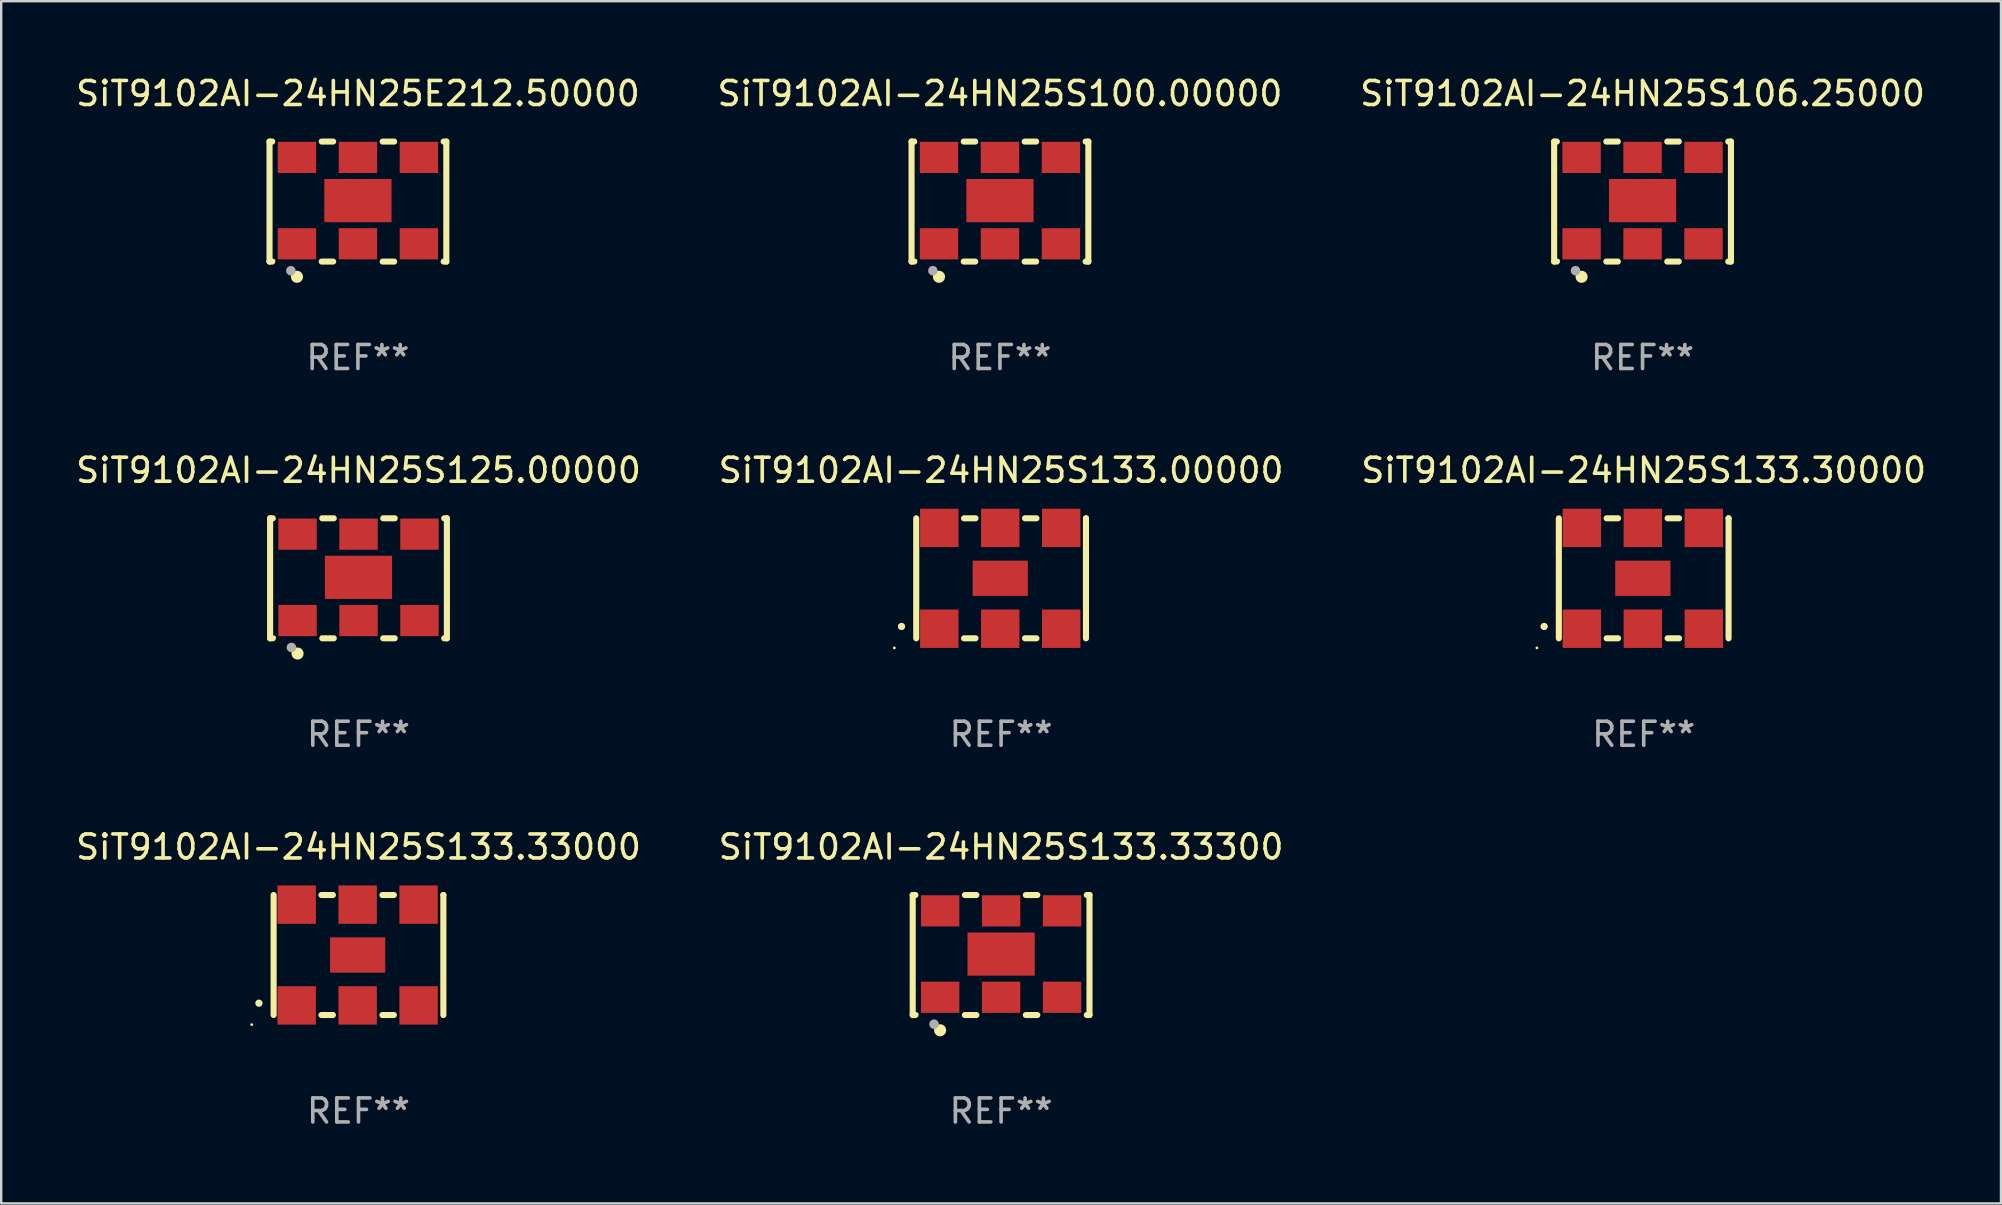
<source format=kicad_pcb>
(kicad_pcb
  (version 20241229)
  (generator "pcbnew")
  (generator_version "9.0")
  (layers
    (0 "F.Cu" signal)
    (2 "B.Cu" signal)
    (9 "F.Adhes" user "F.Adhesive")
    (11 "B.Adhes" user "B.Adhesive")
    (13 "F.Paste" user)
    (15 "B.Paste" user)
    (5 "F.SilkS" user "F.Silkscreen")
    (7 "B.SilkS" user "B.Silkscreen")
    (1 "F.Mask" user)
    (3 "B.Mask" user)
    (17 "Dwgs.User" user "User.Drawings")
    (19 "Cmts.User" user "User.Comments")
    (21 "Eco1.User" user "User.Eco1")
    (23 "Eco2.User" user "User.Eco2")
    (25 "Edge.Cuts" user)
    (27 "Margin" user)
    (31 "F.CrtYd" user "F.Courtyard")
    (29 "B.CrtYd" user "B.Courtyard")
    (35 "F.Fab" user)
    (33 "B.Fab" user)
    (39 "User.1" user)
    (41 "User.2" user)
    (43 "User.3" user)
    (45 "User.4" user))
  (footprint "SiT9102AI-24HN25S133.33300"
    (layer "F.Cu")
    (at 38.661 36.741)
    (property "Reference" "SiT9102AI-24HN25S133.33300" (at 0 -4.5 0) (layer "F.SilkS") (effects (font (size 1 1) (thickness 0.15))))
    (attr through_hole)
    (fp_line (start -3.683 -2.5) (end -3.571 -2.5) (stroke (width 0.254) (type solid)) (layer "F.SilkS"))
    (fp_line (start -3.683 2.5) (end -3.683 -2.5) (stroke (width 0.254) (type solid)) (layer "F.SilkS"))
    (fp_line (start -3.683 2.5) (end -3.571 2.5) (stroke (width 0.254) (type solid)) (layer "F.SilkS"))
    (fp_line (start -1.509 -2.5) (end -1.031 -2.5) (stroke (width 0.254) (type solid)) (layer "F.SilkS"))
    (fp_line (start -1.509 2.5) (end -1.031 2.5) (stroke (width 0.254) (type solid)) (layer "F.SilkS"))
    (fp_line (start 1.031 -2.5) (end 1.509 -2.5) (stroke (width 0.254) (type solid)) (layer "F.SilkS"))
    (fp_line (start 1.031 2.5) (end 1.509 2.5) (stroke (width 0.254) (type solid)) (layer "F.SilkS"))
    (fp_line (start 3.571 -2.5) (end 3.683 -2.5) (stroke (width 0.254) (type solid)) (layer "F.SilkS"))
    (fp_line (start 3.571 2.5) (end 3.683 2.5) (stroke (width 0.254) (type solid)) (layer "F.SilkS"))
    (fp_line (start 3.683 2.5) (end 3.683 -2.5) (stroke (width 0.254) (type solid)) (layer "F.SilkS"))
    (fp_circle (center -3.5 2.46) (end -3.47 2.46) (stroke (width 0.06) (type solid)) (fill no) (layer "F.SilkS"))
    (fp_circle (center -2.54 3.135) (end -2.413 3.135) (stroke (width 0.254) (type solid)) (fill no) (layer "F.SilkS"))
    (fp_circle (center -2.794 2.881) (end -2.694 2.881) (stroke (width 0.2) (type solid)) (fill no) (layer "F.Fab"))
    (fp_text user "REF**" (at 0 6.5 0) (layer "F.Fab") (effects (font (size 1 1) (thickness 0.15))))
    (pad "1" smd rect (at -2.54 1.76) (size 1.6 1.3) (layers "F.Cu" "F.Mask" "F.Paste"))
    (pad "2" smd rect (at 0 1.76) (size 1.6 1.3) (layers "F.Cu" "F.Mask" "F.Paste"))
    (pad "3" smd rect (at 2.54 1.76) (size 1.6 1.3) (layers "F.Cu" "F.Mask" "F.Paste"))
    (pad "4" smd rect (at 2.54 -1.84) (size 1.6 1.3) (layers "F.Cu" "F.Mask" "F.Paste"))
    (pad "5" smd rect (at 0 -1.84) (size 1.6 1.3) (layers "F.Cu" "F.Mask" "F.Paste"))
    (pad "6" smd rect (at -2.54 -1.84) (size 1.6 1.3) (layers "F.Cu" "F.Mask" "F.Paste"))
    (pad "7" smd rect (at 0 -0.04) (size 2.8 1.8) (layers "F.Cu" "F.Mask" "F.Paste")))
  (footprint "SiT9102AI-24HN25S133.00000"
    (layer "F.Cu")
    (at 38.661 21.045)
    (property "Reference" "SiT9102AI-24HN25S133.00000" (at 0 -4.5 0) (layer "F.SilkS") (effects (font (size 1 1) (thickness 0.15))))
    (attr through_hole)
    (fp_line (start -3.536 -2.5) (end -3.536 2.5) (stroke (width 0.254) (type solid)) (layer "F.SilkS"))
    (fp_line (start -1.544 2.5) (end -1.067 2.5) (stroke (width 0.254) (type solid)) (layer "F.SilkS"))
    (fp_line (start -1.067 -2.5) (end -1.544 -2.5) (stroke (width 0.254) (type solid)) (layer "F.SilkS"))
    (fp_line (start 0.996 2.5) (end 1.473 2.5) (stroke (width 0.254) (type solid)) (layer "F.SilkS"))
    (fp_line (start 1.473 -2.5) (end 0.996 -2.5) (stroke (width 0.254) (type solid)) (layer "F.SilkS"))
    (fp_line (start 3.536 -2.5) (end 3.536 -2.5) (stroke (width 0.254) (type solid)) (layer "F.SilkS"))
    (fp_line (start 3.536 2.5) (end 3.536 -2.5) (stroke (width 0.254) (type solid)) (layer "F.SilkS"))
    (fp_arc (start -4.150432 2.006604) (mid -4.149162 2.006599) (end -4.147892 2.006604) (stroke (width 0.3) (type solid)) (layer "F.SilkS"))
    (fp_circle (center -4.449 2.9) (end -4.419 2.9) (stroke (width 0.06) (type solid)) (fill no) (layer "F.SilkS"))
    (fp_text user "REF**" (at 0 6.5 0) (layer "F.Fab") (effects (font (size 1 1) (thickness 0.15))))
    (pad "1" smd rect (at -2.576 2.1) (size 1.6 1.6) (layers "F.Cu" "F.Mask" "F.Paste"))
    (pad "2" smd rect (at -0.036 2.1) (size 1.6 1.6) (layers "F.Cu" "F.Mask" "F.Paste"))
    (pad "3" smd rect (at 2.504 2.1) (size 1.6 1.6) (layers "F.Cu" "F.Mask" "F.Paste"))
    (pad "4" smd rect (at 2.504 -2.1) (size 1.6 1.6) (layers "F.Cu" "F.Mask" "F.Paste"))
    (pad "5" smd rect (at -0.036 -2.1) (size 1.6 1.6) (layers "F.Cu" "F.Mask" "F.Paste"))
    (pad "6" smd rect (at -2.576 -2.1) (size 1.6 1.6) (layers "F.Cu" "F.Mask" "F.Paste"))
    (pad "7" smd rect (at -0.036 0) (size 2.3 1.47) (layers "F.Cu" "F.Mask" "F.Paste")))
  (footprint "SiT9102AI-24HN25S106.25000"
    (layer "F.Cu")
    (at 65.387 5.348)
    (property "Reference" "SiT9102AI-24HN25S106.25000" (at 0 -4.5 0) (layer "F.SilkS") (effects (font (size 1 1) (thickness 0.15))))
    (attr through_hole)
    (fp_line (start -3.683 -2.5) (end -3.571 -2.5) (stroke (width 0.254) (type solid)) (layer "F.SilkS"))
    (fp_line (start -3.683 2.5) (end -3.683 -2.5) (stroke (width 0.254) (type solid)) (layer "F.SilkS"))
    (fp_line (start -3.683 2.5) (end -3.571 2.5) (stroke (width 0.254) (type solid)) (layer "F.SilkS"))
    (fp_line (start -1.509 -2.5) (end -1.031 -2.5) (stroke (width 0.254) (type solid)) (layer "F.SilkS"))
    (fp_line (start -1.509 2.5) (end -1.031 2.5) (stroke (width 0.254) (type solid)) (layer "F.SilkS"))
    (fp_line (start 1.031 -2.5) (end 1.509 -2.5) (stroke (width 0.254) (type solid)) (layer "F.SilkS"))
    (fp_line (start 1.031 2.5) (end 1.509 2.5) (stroke (width 0.254) (type solid)) (layer "F.SilkS"))
    (fp_line (start 3.571 -2.5) (end 3.683 -2.5) (stroke (width 0.254) (type solid)) (layer "F.SilkS"))
    (fp_line (start 3.571 2.5) (end 3.683 2.5) (stroke (width 0.254) (type solid)) (layer "F.SilkS"))
    (fp_line (start 3.683 2.5) (end 3.683 -2.5) (stroke (width 0.254) (type solid)) (layer "F.SilkS"))
    (fp_circle (center -3.5 2.46) (end -3.47 2.46) (stroke (width 0.06) (type solid)) (fill no) (layer "F.SilkS"))
    (fp_circle (center -2.54 3.135) (end -2.413 3.135) (stroke (width 0.254) (type solid)) (fill no) (layer "F.SilkS"))
    (fp_circle (center -2.794 2.881) (end -2.694 2.881) (stroke (width 0.2) (type solid)) (fill no) (layer "F.Fab"))
    (fp_text user "REF**" (at 0 6.5 0) (layer "F.Fab") (effects (font (size 1 1) (thickness 0.15))))
    (pad "1" smd rect (at -2.54 1.76) (size 1.6 1.3) (layers "F.Cu" "F.Mask" "F.Paste"))
    (pad "2" smd rect (at 0 1.76) (size 1.6 1.3) (layers "F.Cu" "F.Mask" "F.Paste"))
    (pad "3" smd rect (at 2.54 1.76) (size 1.6 1.3) (layers "F.Cu" "F.Mask" "F.Paste"))
    (pad "4" smd rect (at 2.54 -1.84) (size 1.6 1.3) (layers "F.Cu" "F.Mask" "F.Paste"))
    (pad "5" smd rect (at 0 -1.84) (size 1.6 1.3) (layers "F.Cu" "F.Mask" "F.Paste"))
    (pad "6" smd rect (at -2.54 -1.84) (size 1.6 1.3) (layers "F.Cu" "F.Mask" "F.Paste"))
    (pad "7" smd rect (at 0 -0.04) (size 2.8 1.8) (layers "F.Cu" "F.Mask" "F.Paste")))
  (footprint "SiT9102AI-24HN25S125.00000"
    (layer "F.Cu")
    (at 11.887 21.045)
    (property "Reference" "SiT9102AI-24HN25S125.00000" (at 0 -4.5 0) (layer "F.SilkS") (effects (font (size 1 1) (thickness 0.15))))
    (attr through_hole)
    (fp_line (start -3.683 -2.5) (end -3.571 -2.5) (stroke (width 0.254) (type solid)) (layer "F.SilkS"))
    (fp_line (start -3.683 2.5) (end -3.683 -2.5) (stroke (width 0.254) (type solid)) (layer "F.SilkS"))
    (fp_line (start -3.683 2.5) (end -3.571 2.5) (stroke (width 0.254) (type solid)) (layer "F.SilkS"))
    (fp_line (start -1.509 -2.5) (end -1.031 -2.5) (stroke (width 0.254) (type solid)) (layer "F.SilkS"))
    (fp_line (start -1.509 2.5) (end -1.031 2.5) (stroke (width 0.254) (type solid)) (layer "F.SilkS"))
    (fp_line (start 1.031 -2.5) (end 1.509 -2.5) (stroke (width 0.254) (type solid)) (layer "F.SilkS"))
    (fp_line (start 1.031 2.5) (end 1.509 2.5) (stroke (width 0.254) (type solid)) (layer "F.SilkS"))
    (fp_line (start 3.571 -2.5) (end 3.683 -2.5) (stroke (width 0.254) (type solid)) (layer "F.SilkS"))
    (fp_line (start 3.571 2.5) (end 3.683 2.5) (stroke (width 0.254) (type solid)) (layer "F.SilkS"))
    (fp_line (start 3.683 2.5) (end 3.683 -2.5) (stroke (width 0.254) (type solid)) (layer "F.SilkS"))
    (fp_circle (center -3.5 2.46) (end -3.47 2.46) (stroke (width 0.06) (type solid)) (fill no) (layer "F.SilkS"))
    (fp_circle (center -2.54 3.135) (end -2.413 3.135) (stroke (width 0.254) (type solid)) (fill no) (layer "F.SilkS"))
    (fp_circle (center -2.794 2.881) (end -2.694 2.881) (stroke (width 0.2) (type solid)) (fill no) (layer "F.Fab"))
    (fp_text user "REF**" (at 0 6.5 0) (layer "F.Fab") (effects (font (size 1 1) (thickness 0.15))))
    (pad "1" smd rect (at -2.54 1.76) (size 1.6 1.3) (layers "F.Cu" "F.Mask" "F.Paste"))
    (pad "2" smd rect (at 0 1.76) (size 1.6 1.3) (layers "F.Cu" "F.Mask" "F.Paste"))
    (pad "3" smd rect (at 2.54 1.76) (size 1.6 1.3) (layers "F.Cu" "F.Mask" "F.Paste"))
    (pad "4" smd rect (at 2.54 -1.84) (size 1.6 1.3) (layers "F.Cu" "F.Mask" "F.Paste"))
    (pad "5" smd rect (at 0 -1.84) (size 1.6 1.3) (layers "F.Cu" "F.Mask" "F.Paste"))
    (pad "6" smd rect (at -2.54 -1.84) (size 1.6 1.3) (layers "F.Cu" "F.Mask" "F.Paste"))
    (pad "7" smd rect (at 0 -0.04) (size 2.8 1.8) (layers "F.Cu" "F.Mask" "F.Paste")))
  (footprint "SiT9102AI-24HN25S133.33000"
    (layer "F.Cu")
    (at 11.887 36.741)
    (property "Reference" "SiT9102AI-24HN25S133.33000" (at 0 -4.5 0) (layer "F.SilkS") (effects (font (size 1 1) (thickness 0.15))))
    (attr through_hole)
    (fp_line (start -3.536 -2.5) (end -3.536 2.5) (stroke (width 0.254) (type solid)) (layer "F.SilkS"))
    (fp_line (start -1.544 2.5) (end -1.067 2.5) (stroke (width 0.254) (type solid)) (layer "F.SilkS"))
    (fp_line (start -1.067 -2.5) (end -1.544 -2.5) (stroke (width 0.254) (type solid)) (layer "F.SilkS"))
    (fp_line (start 0.996 2.5) (end 1.473 2.5) (stroke (width 0.254) (type solid)) (layer "F.SilkS"))
    (fp_line (start 1.473 -2.5) (end 0.996 -2.5) (stroke (width 0.254) (type solid)) (layer "F.SilkS"))
    (fp_line (start 3.536 -2.5) (end 3.536 -2.5) (stroke (width 0.254) (type solid)) (layer "F.SilkS"))
    (fp_line (start 3.536 2.5) (end 3.536 -2.5) (stroke (width 0.254) (type solid)) (layer "F.SilkS"))
    (fp_arc (start -4.150432 2.006604) (mid -4.149162 2.006599) (end -4.147892 2.006604) (stroke (width 0.3) (type solid)) (layer "F.SilkS"))
    (fp_circle (center -4.449 2.9) (end -4.419 2.9) (stroke (width 0.06) (type solid)) (fill no) (layer "F.SilkS"))
    (fp_text user "REF**" (at 0 6.5 0) (layer "F.Fab") (effects (font (size 1 1) (thickness 0.15))))
    (pad "1" smd rect (at -2.576 2.1) (size 1.6 1.6) (layers "F.Cu" "F.Mask" "F.Paste"))
    (pad "2" smd rect (at -0.036 2.1) (size 1.6 1.6) (layers "F.Cu" "F.Mask" "F.Paste"))
    (pad "3" smd rect (at 2.504 2.1) (size 1.6 1.6) (layers "F.Cu" "F.Mask" "F.Paste"))
    (pad "4" smd rect (at 2.504 -2.1) (size 1.6 1.6) (layers "F.Cu" "F.Mask" "F.Paste"))
    (pad "5" smd rect (at -0.036 -2.1) (size 1.6 1.6) (layers "F.Cu" "F.Mask" "F.Paste"))
    (pad "6" smd rect (at -2.576 -2.1) (size 1.6 1.6) (layers "F.Cu" "F.Mask" "F.Paste"))
    (pad "7" smd rect (at -0.036 0) (size 2.3 1.47) (layers "F.Cu" "F.Mask" "F.Paste")))
  (footprint "SiT9102AI-24HN25S100.00000"
    (layer "F.Cu")
    (at 38.613 5.348)
    (property "Reference" "SiT9102AI-24HN25S100.00000" (at 0 -4.5 0) (layer "F.SilkS") (effects (font (size 1 1) (thickness 0.15))))
    (attr through_hole)
    (fp_line (start -3.683 -2.5) (end -3.571 -2.5) (stroke (width 0.254) (type solid)) (layer "F.SilkS"))
    (fp_line (start -3.683 2.5) (end -3.683 -2.5) (stroke (width 0.254) (type solid)) (layer "F.SilkS"))
    (fp_line (start -3.683 2.5) (end -3.571 2.5) (stroke (width 0.254) (type solid)) (layer "F.SilkS"))
    (fp_line (start -1.509 -2.5) (end -1.031 -2.5) (stroke (width 0.254) (type solid)) (layer "F.SilkS"))
    (fp_line (start -1.509 2.5) (end -1.031 2.5) (stroke (width 0.254) (type solid)) (layer "F.SilkS"))
    (fp_line (start 1.031 -2.5) (end 1.509 -2.5) (stroke (width 0.254) (type solid)) (layer "F.SilkS"))
    (fp_line (start 1.031 2.5) (end 1.509 2.5) (stroke (width 0.254) (type solid)) (layer "F.SilkS"))
    (fp_line (start 3.571 -2.5) (end 3.683 -2.5) (stroke (width 0.254) (type solid)) (layer "F.SilkS"))
    (fp_line (start 3.571 2.5) (end 3.683 2.5) (stroke (width 0.254) (type solid)) (layer "F.SilkS"))
    (fp_line (start 3.683 2.5) (end 3.683 -2.5) (stroke (width 0.254) (type solid)) (layer "F.SilkS"))
    (fp_circle (center -3.5 2.46) (end -3.47 2.46) (stroke (width 0.06) (type solid)) (fill no) (layer "F.SilkS"))
    (fp_circle (center -2.54 3.135) (end -2.413 3.135) (stroke (width 0.254) (type solid)) (fill no) (layer "F.SilkS"))
    (fp_circle (center -2.794 2.881) (end -2.694 2.881) (stroke (width 0.2) (type solid)) (fill no) (layer "F.Fab"))
    (fp_text user "REF**" (at 0 6.5 0) (layer "F.Fab") (effects (font (size 1 1) (thickness 0.15))))
    (pad "1" smd rect (at -2.54 1.76) (size 1.6 1.3) (layers "F.Cu" "F.Mask" "F.Paste"))
    (pad "2" smd rect (at 0 1.76) (size 1.6 1.3) (layers "F.Cu" "F.Mask" "F.Paste"))
    (pad "3" smd rect (at 2.54 1.76) (size 1.6 1.3) (layers "F.Cu" "F.Mask" "F.Paste"))
    (pad "4" smd rect (at 2.54 -1.84) (size 1.6 1.3) (layers "F.Cu" "F.Mask" "F.Paste"))
    (pad "5" smd rect (at 0 -1.84) (size 1.6 1.3) (layers "F.Cu" "F.Mask" "F.Paste"))
    (pad "6" smd rect (at -2.54 -1.84) (size 1.6 1.3) (layers "F.Cu" "F.Mask" "F.Paste"))
    (pad "7" smd rect (at 0 -0.04) (size 2.8 1.8) (layers "F.Cu" "F.Mask" "F.Paste")))
  (footprint "SiT9102AI-24HN25E212.50000"
    (layer "F.Cu")
    (at 11.863 5.348)
    (property "Reference" "SiT9102AI-24HN25E212.50000" (at 0 -4.5 0) (layer "F.SilkS") (effects (font (size 1 1) (thickness 0.15))))
    (attr through_hole)
    (fp_line (start -3.683 -2.5) (end -3.571 -2.5) (stroke (width 0.254) (type solid)) (layer "F.SilkS"))
    (fp_line (start -3.683 2.5) (end -3.683 -2.5) (stroke (width 0.254) (type solid)) (layer "F.SilkS"))
    (fp_line (start -3.683 2.5) (end -3.571 2.5) (stroke (width 0.254) (type solid)) (layer "F.SilkS"))
    (fp_line (start -1.509 -2.5) (end -1.031 -2.5) (stroke (width 0.254) (type solid)) (layer "F.SilkS"))
    (fp_line (start -1.509 2.5) (end -1.031 2.5) (stroke (width 0.254) (type solid)) (layer "F.SilkS"))
    (fp_line (start 1.031 -2.5) (end 1.509 -2.5) (stroke (width 0.254) (type solid)) (layer "F.SilkS"))
    (fp_line (start 1.031 2.5) (end 1.509 2.5) (stroke (width 0.254) (type solid)) (layer "F.SilkS"))
    (fp_line (start 3.571 -2.5) (end 3.683 -2.5) (stroke (width 0.254) (type solid)) (layer "F.SilkS"))
    (fp_line (start 3.571 2.5) (end 3.683 2.5) (stroke (width 0.254) (type solid)) (layer "F.SilkS"))
    (fp_line (start 3.683 2.5) (end 3.683 -2.5) (stroke (width 0.254) (type solid)) (layer "F.SilkS"))
    (fp_circle (center -3.5 2.46) (end -3.47 2.46) (stroke (width 0.06) (type solid)) (fill no) (layer "F.SilkS"))
    (fp_circle (center -2.54 3.135) (end -2.413 3.135) (stroke (width 0.254) (type solid)) (fill no) (layer "F.SilkS"))
    (fp_circle (center -2.794 2.881) (end -2.694 2.881) (stroke (width 0.2) (type solid)) (fill no) (layer "F.Fab"))
    (fp_text user "REF**" (at 0 6.5 0) (layer "F.Fab") (effects (font (size 1 1) (thickness 0.15))))
    (pad "1" smd rect (at -2.54 1.76) (size 1.6 1.3) (layers "F.Cu" "F.Mask" "F.Paste"))
    (pad "2" smd rect (at 0 1.76) (size 1.6 1.3) (layers "F.Cu" "F.Mask" "F.Paste"))
    (pad "3" smd rect (at 2.54 1.76) (size 1.6 1.3) (layers "F.Cu" "F.Mask" "F.Paste"))
    (pad "4" smd rect (at 2.54 -1.84) (size 1.6 1.3) (layers "F.Cu" "F.Mask" "F.Paste"))
    (pad "5" smd rect (at 0 -1.84) (size 1.6 1.3) (layers "F.Cu" "F.Mask" "F.Paste"))
    (pad "6" smd rect (at -2.54 -1.84) (size 1.6 1.3) (layers "F.Cu" "F.Mask" "F.Paste"))
    (pad "7" smd rect (at 0 -0.04) (size 2.8 1.8) (layers "F.Cu" "F.Mask" "F.Paste")))
  (footprint "SiT9102AI-24HN25S133.30000"
    (layer "F.Cu")
    (at 65.435 21.045)
    (property "Reference" "SiT9102AI-24HN25S133.30000" (at 0 -4.5 0) (layer "F.SilkS") (effects (font (size 1 1) (thickness 0.15))))
    (attr through_hole)
    (fp_line (start -3.536 -2.5) (end -3.536 2.5) (stroke (width 0.254) (type solid)) (layer "F.SilkS"))
    (fp_line (start -1.544 2.5) (end -1.067 2.5) (stroke (width 0.254) (type solid)) (layer "F.SilkS"))
    (fp_line (start -1.067 -2.5) (end -1.544 -2.5) (stroke (width 0.254) (type solid)) (layer "F.SilkS"))
    (fp_line (start 0.996 2.5) (end 1.473 2.5) (stroke (width 0.254) (type solid)) (layer "F.SilkS"))
    (fp_line (start 1.473 -2.5) (end 0.996 -2.5) (stroke (width 0.254) (type solid)) (layer "F.SilkS"))
    (fp_line (start 3.536 -2.5) (end 3.536 -2.5) (stroke (width 0.254) (type solid)) (layer "F.SilkS"))
    (fp_line (start 3.536 2.5) (end 3.536 -2.5) (stroke (width 0.254) (type solid)) (layer "F.SilkS"))
    (fp_arc (start -4.150432 2.006604) (mid -4.149162 2.006599) (end -4.147892 2.006604) (stroke (width 0.3) (type solid)) (layer "F.SilkS"))
    (fp_circle (center -4.449 2.9) (end -4.419 2.9) (stroke (width 0.06) (type solid)) (fill no) (layer "F.SilkS"))
    (fp_text user "REF**" (at 0 6.5 0) (layer "F.Fab") (effects (font (size 1 1) (thickness 0.15))))
    (pad "1" smd rect (at -2.576 2.1) (size 1.6 1.6) (layers "F.Cu" "F.Mask" "F.Paste"))
    (pad "2" smd rect (at -0.036 2.1) (size 1.6 1.6) (layers "F.Cu" "F.Mask" "F.Paste"))
    (pad "3" smd rect (at 2.504 2.1) (size 1.6 1.6) (layers "F.Cu" "F.Mask" "F.Paste"))
    (pad "4" smd rect (at 2.504 -2.1) (size 1.6 1.6) (layers "F.Cu" "F.Mask" "F.Paste"))
    (pad "5" smd rect (at -0.036 -2.1) (size 1.6 1.6) (layers "F.Cu" "F.Mask" "F.Paste"))
    (pad "6" smd rect (at -2.576 -2.1) (size 1.6 1.6) (layers "F.Cu" "F.Mask" "F.Paste"))
    (pad "7" smd rect (at -0.036 0) (size 2.3 1.47) (layers "F.Cu" "F.Mask" "F.Paste")))
  (gr_rect
    (start -3 -3)
    (end 80.321 47.09)
    (stroke (width 0.1) (type default))
    (fill no)
    (layer "Edge.Cuts")))
</source>
